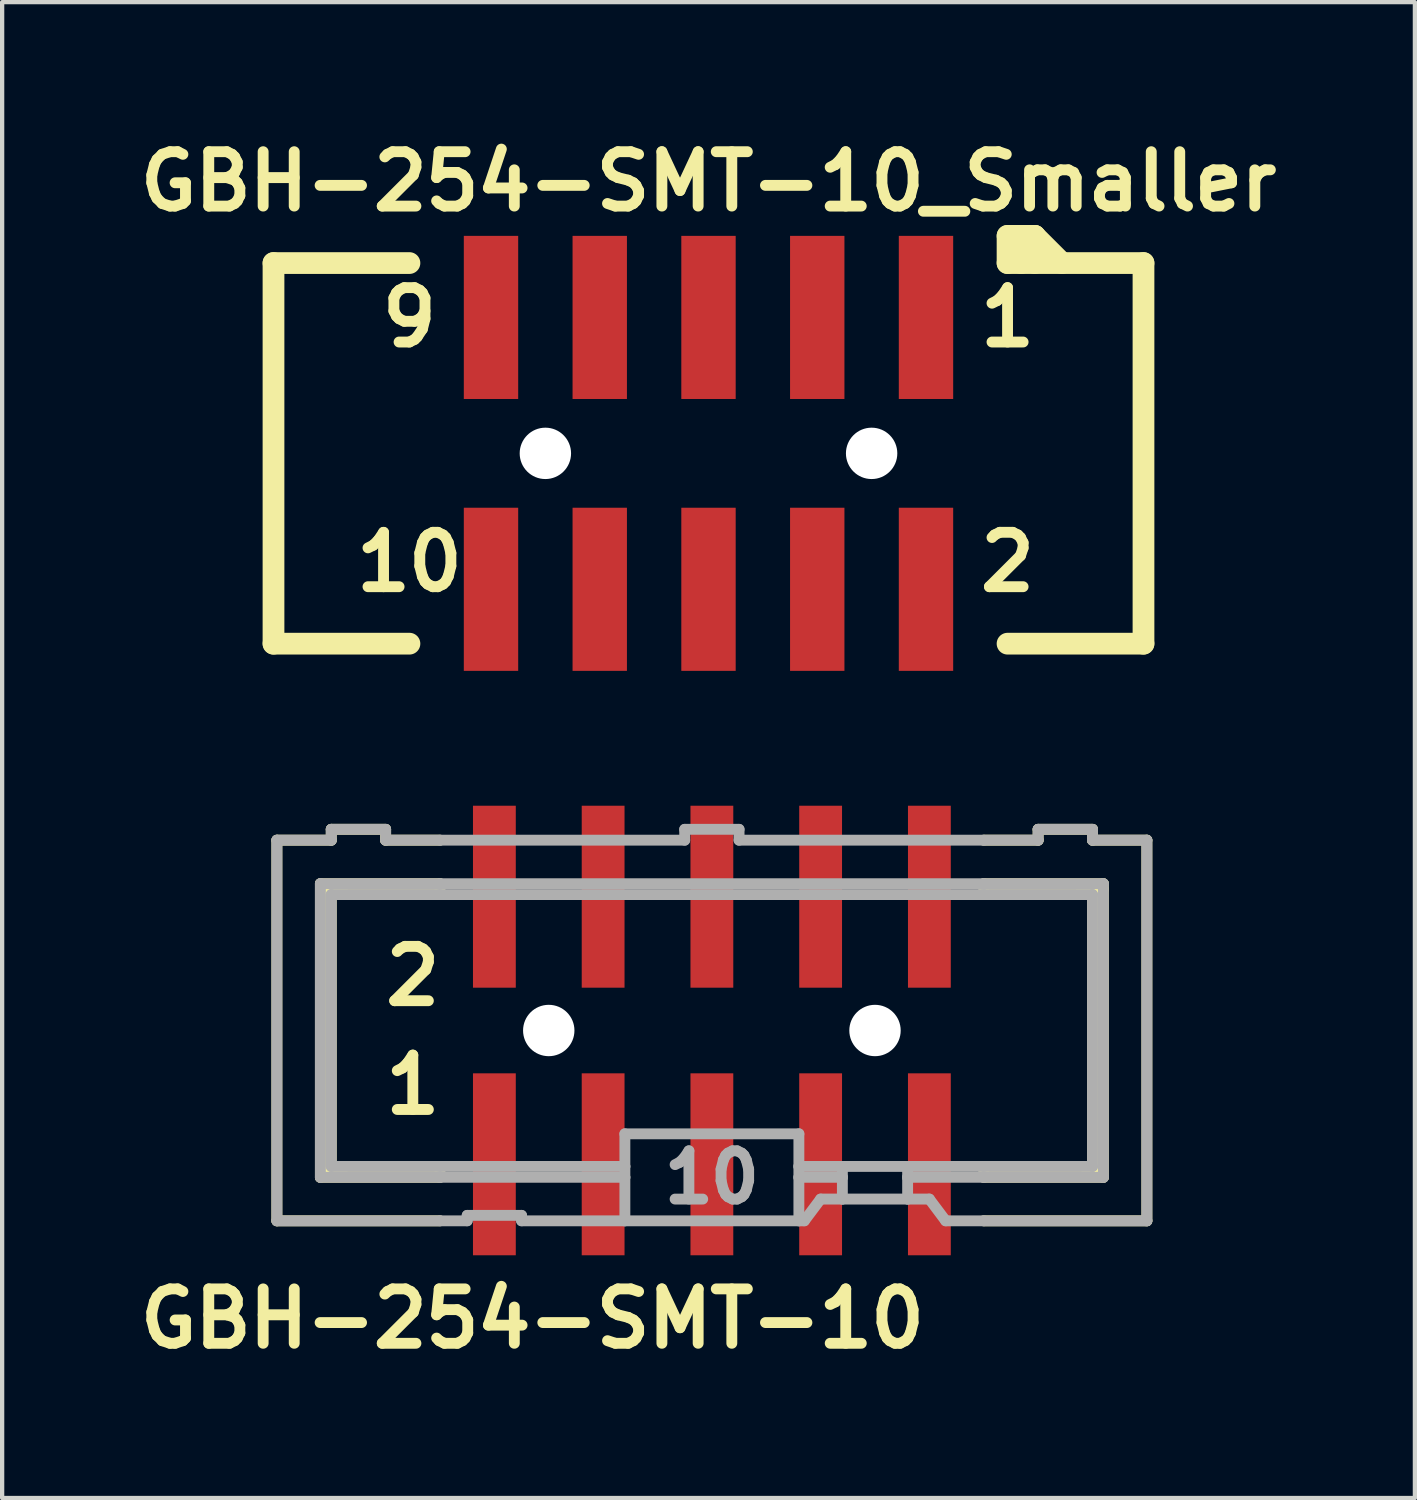
<source format=kicad_pcb>
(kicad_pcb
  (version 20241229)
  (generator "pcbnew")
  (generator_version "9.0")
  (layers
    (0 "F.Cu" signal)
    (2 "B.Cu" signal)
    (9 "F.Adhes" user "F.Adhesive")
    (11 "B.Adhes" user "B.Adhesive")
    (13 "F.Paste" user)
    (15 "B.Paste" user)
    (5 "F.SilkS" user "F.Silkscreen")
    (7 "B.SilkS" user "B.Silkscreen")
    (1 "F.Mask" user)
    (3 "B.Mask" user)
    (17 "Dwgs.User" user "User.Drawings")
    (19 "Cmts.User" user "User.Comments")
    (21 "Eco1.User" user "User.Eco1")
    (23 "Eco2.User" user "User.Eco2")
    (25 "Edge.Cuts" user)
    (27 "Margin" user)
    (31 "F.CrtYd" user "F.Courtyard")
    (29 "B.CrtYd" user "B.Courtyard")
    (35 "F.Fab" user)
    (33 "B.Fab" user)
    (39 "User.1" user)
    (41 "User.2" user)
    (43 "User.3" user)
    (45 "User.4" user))
  (footprint "GBH-254-SMT-10_Smaller"
    (layer "F.Cu")
    (at 13.498 7.539)
    (property "Reference" "GBH-254-SMT-10_Smaller" (at 0 -6.35 0) (layer "F.SilkS") (effects (font (size 1.27 1.27) (thickness 0.254))))
    (attr smd)
    (fp_line (start -10.16 -4.445) (end -10.16 4.445) (stroke (width 0.508) (type solid)) (layer "F.SilkS"))
    (fp_line (start -10.16 -4.445) (end -6.985 -4.445) (stroke (width 0.508) (type solid)) (layer "F.SilkS"))
    (fp_line (start -10.16 4.445) (end -6.985 4.445) (stroke (width 0.508) (type solid)) (layer "F.SilkS"))
    (fp_line (start 6.985 -5.08) (end 6.985 -4.445) (stroke (width 0.508) (type solid)) (layer "F.SilkS"))
    (fp_line (start 6.985 4.445) (end 10.16 4.445) (stroke (width 0.508) (type solid)) (layer "F.SilkS"))
    (fp_line (start 7.303 -5.08) (end 7.303 -4.445) (stroke (width 0.508) (type solid)) (layer "F.SilkS"))
    (fp_line (start 7.62 -5.08) (end 6.985 -5.08) (stroke (width 0.508) (type solid)) (layer "F.SilkS"))
    (fp_line (start 7.62 -5.08) (end 7.62 -4.445) (stroke (width 0.508) (type solid)) (layer "F.SilkS"))
    (fp_line (start 7.62 -5.08) (end 8.255 -4.445) (stroke (width 0.508) (type solid)) (layer "F.SilkS"))
    (fp_line (start 10.16 -4.445) (end 6.985 -4.445) (stroke (width 0.508) (type solid)) (layer "F.SilkS"))
    (fp_line (start 10.16 -4.445) (end 10.16 4.445) (stroke (width 0.508) (type solid)) (layer "F.SilkS"))
    (fp_text user "1" (at 6.985 -3.175 0) (layer "F.SilkS") (effects (font (size 1.27 1.27) (thickness 0.254))))
    (fp_text user "2" (at 6.985 2.54 0) (layer "F.SilkS") (effects (font (size 1.27 1.27) (thickness 0.254))))
    (fp_text user "10" (at -6.985 2.54 0) (layer "F.SilkS") (effects (font (size 1.27 1.27) (thickness 0.254))))
    (fp_text user "9" (at -6.985 -3.175 0) (layer "F.SilkS") (effects (font (size 1.27 1.27) (thickness 0.254))))
    (pad "" smd trapezoid (at -5.08 -3.175) (size 1.7 3.81) (layers "F.Paste"))
    (pad "" smd trapezoid (at -5.08 3.175) (size 1.7 3.81) (layers "F.Paste"))
    (pad "" np_thru_hole circle (at -3.81 0) (size 1.2 1.2) (drill 1.2) (layers "*.Cu" "*.Mask"))
    (pad "" smd trapezoid (at -2.54 -3.175) (size 1.7 3.81) (layers "F.Paste"))
    (pad "" smd trapezoid (at -2.54 3.175) (size 1.7 3.81) (layers "F.Paste"))
    (pad "" smd trapezoid (at 0 -3.175) (size 1.7 3.81) (layers "F.Paste"))
    (pad "" smd trapezoid (at 0 3.175) (size 1.7 3.81) (layers "F.Paste"))
    (pad "" smd trapezoid (at 2.54 -3.175) (size 1.7 3.81) (layers "F.Paste"))
    (pad "" smd trapezoid (at 2.54 3.175) (size 1.7 3.81) (layers "F.Paste"))
    (pad "" np_thru_hole circle (at 3.81 0) (size 1.2 1.2) (drill 1.2) (layers "*.Cu" "*.Mask"))
    (pad "" smd trapezoid (at 5.08 -3.175) (size 1.7 3.81) (layers "F.Paste"))
    (pad "" smd trapezoid (at 5.08 3.175) (size 1.7 3.81) (layers "F.Paste"))
    (pad "1" smd rect (at 5.08 -3.175) (size 1.27 3.81) (layers "F.Cu" "F.Mask"))
    (pad "2" smd rect (at 5.08 3.175) (size 1.27 3.81) (layers "F.Cu" "F.Mask"))
    (pad "3" smd rect (at 2.54 -3.175) (size 1.27 3.81) (layers "F.Cu" "F.Mask"))
    (pad "4" smd rect (at 2.54 3.175) (size 1.27 3.81) (layers "F.Cu" "F.Mask"))
    (pad "5" smd rect (at 0 -3.175) (size 1.27 3.81) (layers "F.Cu" "F.Mask"))
    (pad "6" smd rect (at 0 3.175) (size 1.27 3.81) (layers "F.Cu" "F.Mask"))
    (pad "7" smd rect (at -2.54 -3.175) (size 1.27 3.81) (layers "F.Cu" "F.Mask"))
    (pad "8" smd rect (at -2.54 3.175) (size 1.27 3.81) (layers "F.Cu" "F.Mask"))
    (pad "9" smd rect (at -5.08 -3.175) (size 1.27 3.81) (layers "F.Cu" "F.Mask"))
    (pad "10" smd rect (at -5.08 3.175) (size 1.27 3.81) (layers "F.Cu" "F.Mask")))
  (footprint "GBH-254-SMT-10"
    (layer "F.Cu")
    (at 13.577 21.019)
    (property "Reference" "GBH-254-SMT-10" (at -4.191 6.731 0) (layer "F.SilkS") (effects (font (size 1.27 1.27) (thickness 0.254))))
    (attr smd)
    (fp_line (start -10.16 -4.445) (end -10.16 4.445) (stroke (width 0.254) (type solid)) (layer "F.SilkS"))
    (fp_line (start -10.16 -4.445) (end -8.89 -4.445) (stroke (width 0.254) (type solid)) (layer "F.SilkS"))
    (fp_line (start -9.144 -3.429) (end -9.144 3.429) (stroke (width 0.254) (type solid)) (layer "F.SilkS"))
    (fp_line (start -9.144 3.429) (end -6.35 3.429) (stroke (width 0.254) (type solid)) (layer "F.SilkS"))
    (fp_line (start -8.89 -4.699) (end -8.89 -4.445) (stroke (width 0.254) (type solid)) (layer "F.SilkS"))
    (fp_line (start -8.89 -3.175) (end -8.89 3.175) (stroke (width 0.254) (type solid)) (layer "F.SilkS"))
    (fp_line (start -8.89 -3.175) (end -6.35 -3.175) (stroke (width 0.254) (type solid)) (layer "F.SilkS"))
    (fp_line (start -8.636 -3.302) (end -9.017 -3.302) (stroke (width 0.254) (type solid)) (layer "F.SilkS"))
    (fp_line (start -8.636 3.302) (end -9.017 3.302) (stroke (width 0.254) (type solid)) (layer "F.SilkS"))
    (fp_line (start -7.62 -4.699) (end -8.89 -4.699) (stroke (width 0.254) (type solid)) (layer "F.SilkS"))
    (fp_line (start -7.62 -4.699) (end -7.62 -4.445) (stroke (width 0.254) (type solid)) (layer "F.SilkS"))
    (fp_line (start -7.62 -4.445) (end -6.35 -4.445) (stroke (width 0.254) (type solid)) (layer "F.SilkS"))
    (fp_line (start -6.35 -3.429) (end -9.144 -3.429) (stroke (width 0.254) (type solid)) (layer "F.SilkS"))
    (fp_line (start -6.35 -3.175) (end -6.35 -3.429) (stroke (width 0.254) (type solid)) (layer "F.SilkS"))
    (fp_line (start -6.35 3.175) (end -8.89 3.175) (stroke (width 0.254) (type solid)) (layer "F.SilkS"))
    (fp_line (start -6.35 3.429) (end -6.35 3.175) (stroke (width 0.254) (type solid)) (layer "F.SilkS"))
    (fp_line (start -6.35 4.445) (end -10.16 4.445) (stroke (width 0.254) (type solid)) (layer "F.SilkS"))
    (fp_line (start 6.35 -4.445) (end 7.62 -4.445) (stroke (width 0.254) (type solid)) (layer "F.SilkS"))
    (fp_line (start 6.35 -3.175) (end 6.35 -3.429) (stroke (width 0.254) (type solid)) (layer "F.SilkS"))
    (fp_line (start 6.35 -3.175) (end 8.89 -3.175) (stroke (width 0.254) (type solid)) (layer "F.SilkS"))
    (fp_line (start 6.35 3.429) (end 6.35 3.175) (stroke (width 0.254) (type solid)) (layer "F.SilkS"))
    (fp_line (start 6.35 3.429) (end 9.144 3.429) (stroke (width 0.254) (type solid)) (layer "F.SilkS"))
    (fp_line (start 7.62 -4.445) (end 7.62 -4.699) (stroke (width 0.254) (type solid)) (layer "F.SilkS"))
    (fp_line (start 8.636 -3.302) (end 9.144 -3.302) (stroke (width 0.254) (type solid)) (layer "F.SilkS"))
    (fp_line (start 8.763 3.302) (end 9.017 3.302) (stroke (width 0.254) (type solid)) (layer "F.SilkS"))
    (fp_line (start 8.89 -4.699) (end 7.62 -4.699) (stroke (width 0.254) (type solid)) (layer "F.SilkS"))
    (fp_line (start 8.89 -4.445) (end 8.89 -4.699) (stroke (width 0.254) (type solid)) (layer "F.SilkS"))
    (fp_line (start 8.89 -4.445) (end 10.16 -4.445) (stroke (width 0.254) (type solid)) (layer "F.SilkS"))
    (fp_line (start 8.89 3.175) (end 6.35 3.175) (stroke (width 0.254) (type solid)) (layer "F.SilkS"))
    (fp_line (start 8.89 3.175) (end 8.89 -3.175) (stroke (width 0.254) (type solid)) (layer "F.SilkS"))
    (fp_line (start 9.144 -3.429) (end 6.35 -3.429) (stroke (width 0.254) (type solid)) (layer "F.SilkS"))
    (fp_line (start 9.144 3.429) (end 9.144 -3.429) (stroke (width 0.254) (type solid)) (layer "F.SilkS"))
    (fp_line (start 10.16 4.445) (end 6.35 4.445) (stroke (width 0.254) (type solid)) (layer "F.SilkS"))
    (fp_line (start 10.16 4.445) (end 10.16 -4.445) (stroke (width 0.254) (type solid)) (layer "F.SilkS"))
    (fp_line (start -10.16 -4.445) (end -10.16 4.445) (stroke (width 0.254) (type solid)) (layer "F.Fab"))
    (fp_line (start -10.16 -4.445) (end -8.89 -4.445) (stroke (width 0.254) (type solid)) (layer "F.Fab"))
    (fp_line (start -9.144 -3.429) (end -9.144 3.429) (stroke (width 0.254) (type solid)) (layer "F.Fab"))
    (fp_line (start -9.144 3.429) (end -6.35 3.429) (stroke (width 0.254) (type solid)) (layer "F.Fab"))
    (fp_line (start -8.89 -4.699) (end -8.89 -4.445) (stroke (width 0.254) (type solid)) (layer "F.Fab"))
    (fp_line (start -8.89 -3.175) (end -8.89 3.175) (stroke (width 0.254) (type solid)) (layer "F.Fab"))
    (fp_line (start -8.89 -3.175) (end -6.35 -3.175) (stroke (width 0.254) (type solid)) (layer "F.Fab"))
    (fp_line (start -7.62 -4.699) (end -8.89 -4.699) (stroke (width 0.254) (type solid)) (layer "F.Fab"))
    (fp_line (start -7.62 -4.699) (end -7.62 -4.445) (stroke (width 0.254) (type solid)) (layer "F.Fab"))
    (fp_line (start -7.62 -4.445) (end -6.35 -4.445) (stroke (width 0.254) (type solid)) (layer "F.Fab"))
    (fp_line (start -6.35 -4.445) (end -0.635 -4.445) (stroke (width 0.254) (type solid)) (layer "F.Fab"))
    (fp_line (start -6.35 -3.429) (end -9.144 -3.429) (stroke (width 0.254) (type solid)) (layer "F.Fab"))
    (fp_line (start -6.35 -3.175) (end 6.35 -3.175) (stroke (width 0.254) (type solid)) (layer "F.Fab"))
    (fp_line (start -6.35 3.175) (end -8.89 3.175) (stroke (width 0.254) (type solid)) (layer "F.Fab"))
    (fp_line (start -6.35 3.429) (end -2.032 3.429) (stroke (width 0.254) (type solid)) (layer "F.Fab"))
    (fp_line (start -6.35 4.445) (end -10.16 4.445) (stroke (width 0.254) (type solid)) (layer "F.Fab"))
    (fp_line (start -5.715 4.445) (end -6.35 4.445) (stroke (width 0.254) (type solid)) (layer "F.Fab"))
    (fp_line (start -5.715 4.445) (end -5.715 4.318) (stroke (width 0.254) (type solid)) (layer "F.Fab"))
    (fp_line (start -4.445 4.318) (end -5.715 4.318) (stroke (width 0.254) (type solid)) (layer "F.Fab"))
    (fp_line (start -4.445 4.318) (end -4.445 4.445) (stroke (width 0.254) (type solid)) (layer "F.Fab"))
    (fp_line (start -2.032 3.175) (end -6.35 3.175) (stroke (width 0.254) (type solid)) (layer "F.Fab"))
    (fp_line (start -2.032 3.175) (end -2.032 2.413) (stroke (width 0.254) (type solid)) (layer "F.Fab"))
    (fp_line (start -2.032 3.175) (end -2.032 3.429) (stroke (width 0.254) (type solid)) (layer "F.Fab"))
    (fp_line (start -2.032 3.429) (end -2.032 4.445) (stroke (width 0.254) (type solid)) (layer "F.Fab"))
    (fp_line (start -2.032 4.445) (end -4.445 4.445) (stroke (width 0.254) (type solid)) (layer "F.Fab"))
    (fp_line (start -0.635 -4.699) (end -0.635 -4.445) (stroke (width 0.254) (type solid)) (layer "F.Fab"))
    (fp_line (start 0.635 -4.699) (end -0.635 -4.699) (stroke (width 0.254) (type solid)) (layer "F.Fab"))
    (fp_line (start 0.635 -4.699) (end 0.635 -4.445) (stroke (width 0.254) (type solid)) (layer "F.Fab"))
    (fp_line (start 0.635 -4.445) (end 6.35 -4.445) (stroke (width 0.254) (type solid)) (layer "F.Fab"))
    (fp_line (start 2.032 2.413) (end -2.032 2.413) (stroke (width 0.254) (type solid)) (layer "F.Fab"))
    (fp_line (start 2.032 2.413) (end 2.032 3.175) (stroke (width 0.254) (type solid)) (layer "F.Fab"))
    (fp_line (start 2.032 3.175) (end 2.032 3.429) (stroke (width 0.254) (type solid)) (layer "F.Fab"))
    (fp_line (start 2.032 3.429) (end 2.032 4.445) (stroke (width 0.254) (type solid)) (layer "F.Fab"))
    (fp_line (start 2.032 4.445) (end -2.032 4.445) (stroke (width 0.254) (type solid)) (layer "F.Fab"))
    (fp_line (start 2.159 4.445) (end 2.032 4.445) (stroke (width 0.254) (type solid)) (layer "F.Fab"))
    (fp_line (start 2.159 4.445) (end 2.54 3.937) (stroke (width 0.254) (type solid)) (layer "F.Fab"))
    (fp_line (start 3.048 3.175) (end 2.032 3.175) (stroke (width 0.254) (type solid)) (layer "F.Fab"))
    (fp_line (start 3.048 3.175) (end 3.048 3.429) (stroke (width 0.254) (type solid)) (layer "F.Fab"))
    (fp_line (start 3.048 3.429) (end 2.032 3.429) (stroke (width 0.254) (type solid)) (layer "F.Fab"))
    (fp_line (start 3.048 3.429) (end 3.048 3.937) (stroke (width 0.254) (type solid)) (layer "F.Fab"))
    (fp_line (start 3.048 3.937) (end 2.54 3.937) (stroke (width 0.254) (type solid)) (layer "F.Fab"))
    (fp_line (start 4.572 3.175) (end 3.048 3.175) (stroke (width 0.254) (type solid)) (layer "F.Fab"))
    (fp_line (start 4.572 3.175) (end 4.572 3.429) (stroke (width 0.254) (type solid)) (layer "F.Fab"))
    (fp_line (start 4.572 3.429) (end 4.572 3.937) (stroke (width 0.254) (type solid)) (layer "F.Fab"))
    (fp_line (start 4.572 3.429) (end 6.35 3.429) (stroke (width 0.254) (type solid)) (layer "F.Fab"))
    (fp_line (start 4.572 3.937) (end 3.048 3.937) (stroke (width 0.254) (type solid)) (layer "F.Fab"))
    (fp_line (start 5.08 3.937) (end 4.572 3.937) (stroke (width 0.254) (type solid)) (layer "F.Fab"))
    (fp_line (start 5.08 3.937) (end 5.461 4.445) (stroke (width 0.254) (type solid)) (layer "F.Fab"))
    (fp_line (start 6.35 -4.445) (end 7.62 -4.445) (stroke (width 0.254) (type solid)) (layer "F.Fab"))
    (fp_line (start 6.35 -3.429) (end -6.35 -3.429) (stroke (width 0.254) (type solid)) (layer "F.Fab"))
    (fp_line (start 6.35 -3.175) (end 8.89 -3.175) (stroke (width 0.254) (type solid)) (layer "F.Fab"))
    (fp_line (start 6.35 3.175) (end 4.572 3.175) (stroke (width 0.254) (type solid)) (layer "F.Fab"))
    (fp_line (start 6.35 3.429) (end 9.144 3.429) (stroke (width 0.254) (type solid)) (layer "F.Fab"))
    (fp_line (start 6.35 4.445) (end 5.461 4.445) (stroke (width 0.254) (type solid)) (layer "F.Fab"))
    (fp_line (start 7.62 -4.445) (end 7.62 -4.699) (stroke (width 0.254) (type solid)) (layer "F.Fab"))
    (fp_line (start 8.89 -4.699) (end 7.62 -4.699) (stroke (width 0.254) (type solid)) (layer "F.Fab"))
    (fp_line (start 8.89 -4.445) (end 8.89 -4.699) (stroke (width 0.254) (type solid)) (layer "F.Fab"))
    (fp_line (start 8.89 -4.445) (end 10.16 -4.445) (stroke (width 0.254) (type solid)) (layer "F.Fab"))
    (fp_line (start 8.89 3.175) (end 6.35 3.175) (stroke (width 0.254) (type solid)) (layer "F.Fab"))
    (fp_line (start 8.89 3.175) (end 8.89 -3.175) (stroke (width 0.254) (type solid)) (layer "F.Fab"))
    (fp_line (start 9.144 -3.429) (end 6.35 -3.429) (stroke (width 0.254) (type solid)) (layer "F.Fab"))
    (fp_line (start 9.144 3.429) (end 9.144 -3.429) (stroke (width 0.254) (type solid)) (layer "F.Fab"))
    (fp_line (start 10.16 4.445) (end 6.35 4.445) (stroke (width 0.254) (type solid)) (layer "F.Fab"))
    (fp_line (start 10.16 4.445) (end 10.16 -4.445) (stroke (width 0.254) (type solid)) (layer "F.Fab"))
    (fp_text user "1" (at -6.985 1.27 0) (layer "F.SilkS") (effects (font (size 1.27 1.27) (thickness 0.254))))
    (fp_text user "2" (at -6.985 -1.27 0) (layer "F.SilkS") (effects (font (size 1.27 1.27) (thickness 0.254))))
    (fp_text user "10" (at 0 3.429 0) (layer "F.Fab") (effects (font (size 1.127 1.127) (thickness 0.254))))
    (pad "" smd trapezoid (at -5.08 -3.125) (size 1.7 4.55) (layers "F.Paste"))
    (pad "" smd trapezoid (at -5.08 3.125) (size 1.7 4.55) (layers "F.Paste"))
    (pad "" np_thru_hole circle (at -3.81 0) (size 1.2 1.2) (drill 1.2) (layers "*.Cu" "*.Mask"))
    (pad "" smd trapezoid (at -2.54 -3.125) (size 1.7 4.55) (layers "F.Paste"))
    (pad "" smd trapezoid (at -2.54 3.125) (size 1.7 4.55) (layers "F.Paste"))
    (pad "" smd trapezoid (at 0 -3.125) (size 1.7 4.55) (layers "F.Paste"))
    (pad "" smd trapezoid (at 0 3.125) (size 1.7 4.55) (layers "F.Paste"))
    (pad "" smd trapezoid (at 2.54 -3.125) (size 1.7 4.55) (layers "F.Paste"))
    (pad "" smd trapezoid (at 2.54 3.125) (size 1.7 4.55) (layers "F.Paste"))
    (pad "" np_thru_hole circle (at 3.81 0) (size 1.2 1.2) (drill 1.2) (layers "*.Cu" "*.Mask"))
    (pad "" smd trapezoid (at 5.08 -3.125) (size 1.7 4.55) (layers "F.Paste"))
    (pad "" smd trapezoid (at 5.08 3.125) (size 1.7 4.55) (layers "F.Paste"))
    (pad "1" smd rect (at -5.08 3.125 90) (size 4.25 1) (layers "F.Cu" "F.Mask"))
    (pad "2" smd rect (at -5.08 -3.125 90) (size 4.25 1) (layers "F.Cu" "F.Mask"))
    (pad "3" smd rect (at -2.54 3.125 90) (size 4.25 1) (layers "F.Cu" "F.Mask"))
    (pad "4" smd rect (at -2.54 -3.125 90) (size 4.25 1) (layers "F.Cu" "F.Mask"))
    (pad "5" smd rect (at 0 3.125 90) (size 4.25 1) (layers "F.Cu" "F.Mask"))
    (pad "6" smd rect (at 0 -3.125 90) (size 4.25 1) (layers "F.Cu" "F.Mask"))
    (pad "7" smd rect (at 2.54 3.125 90) (size 4.25 1) (layers "F.Cu" "F.Mask"))
    (pad "8" smd rect (at 2.54 -3.125 90) (size 4.25 1) (layers "F.Cu" "F.Mask"))
    (pad "9" smd rect (at 5.08 3.125 90) (size 4.25 1) (layers "F.Cu" "F.Mask"))
    (pad "10" smd rect (at 5.08 -3.125 90) (size 4.25 1) (layers "F.Cu" "F.Mask")))
  (gr_rect
    (start -3 -3)
    (end 29.997 31.938)
    (stroke (width 0.1) (type default))
    (fill no)
    (layer "Edge.Cuts")))
</source>
